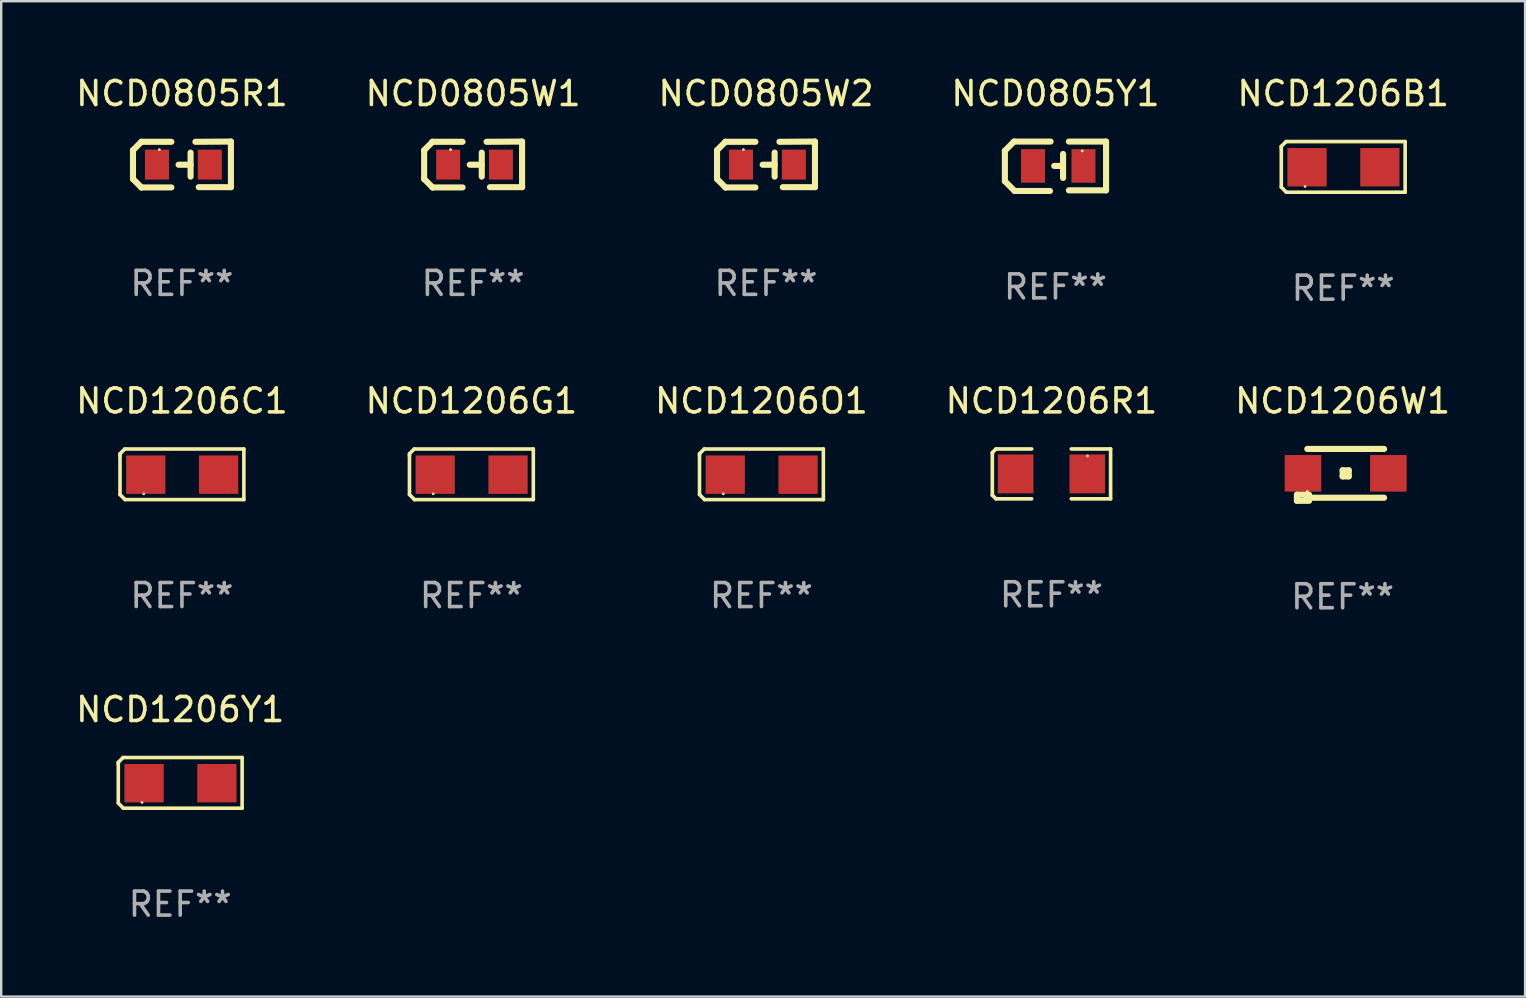
<source format=kicad_pcb>
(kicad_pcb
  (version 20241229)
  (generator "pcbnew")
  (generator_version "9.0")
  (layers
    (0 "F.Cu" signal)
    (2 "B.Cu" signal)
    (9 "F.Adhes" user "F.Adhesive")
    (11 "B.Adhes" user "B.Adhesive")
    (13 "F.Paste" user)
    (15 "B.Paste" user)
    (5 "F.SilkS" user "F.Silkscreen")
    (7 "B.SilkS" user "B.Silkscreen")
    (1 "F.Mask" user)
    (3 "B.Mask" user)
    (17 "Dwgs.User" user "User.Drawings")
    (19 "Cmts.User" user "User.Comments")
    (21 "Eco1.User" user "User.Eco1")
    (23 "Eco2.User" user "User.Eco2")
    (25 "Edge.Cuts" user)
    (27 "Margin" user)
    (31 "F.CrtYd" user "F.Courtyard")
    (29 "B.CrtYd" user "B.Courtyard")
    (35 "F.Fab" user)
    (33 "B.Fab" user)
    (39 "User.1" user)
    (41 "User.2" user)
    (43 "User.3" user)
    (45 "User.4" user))
  (footprint "NCD1206C1"
    (layer "F.Cu")
    (at 4.53 16.71)
    (property "Reference" "NCD1206C1" (at 0 -3.055 0) (layer "F.SilkS") (effects (font (size 1 1) (thickness 0.15))))
    (attr through_hole)
    (fp_line (start -2.58 -0.855) (end -2.38 -1.055) (stroke (width 0.15) (type solid)) (layer "F.SilkS"))
    (fp_line (start -2.58 -0.775) (end -2.58 -0.855) (stroke (width 0.15) (type solid)) (layer "F.SilkS"))
    (fp_line (start -2.58 -0.775) (end -2.58 0.845) (stroke (width 0.15) (type solid)) (layer "F.SilkS"))
    (fp_line (start -2.58 0.845) (end -2.37 1.055) (stroke (width 0.15) (type solid)) (layer "F.SilkS"))
    (fp_line (start -2.38 -1.055) (end 2.58 -1.055) (stroke (width 0.15) (type solid)) (layer "F.SilkS"))
    (fp_line (start 2.58 -1.055) (end 2.58 1.055) (stroke (width 0.15) (type solid)) (layer "F.SilkS"))
    (fp_line (start 2.58 1.055) (end -2.37 1.055) (stroke (width 0.15) (type solid)) (layer "F.SilkS"))
    (fp_circle (center -1.59 0.815) (end -1.56 0.815) (stroke (width 0.06) (type solid)) (fill no) (layer "F.SilkS"))
    (fp_text user "REF**" (at 0 5.055 0) (layer "F.Fab") (effects (font (size 1 1) (thickness 0.15))))
    (pad "1" smd rect (at -1.507 0.015) (size 1.635 1.6) (layers "F.Cu" "F.Mask" "F.Paste"))
    (pad "2" smd rect (at 1.527 0.015) (size 1.635 1.6) (layers "F.Cu" "F.Mask" "F.Paste")))
  (footprint "NCD0805W2"
    (layer "F.Cu")
    (at 28.863 3.803)
    (property "Reference" "NCD0805W2" (at 0 -2.955 0) (layer "F.SilkS") (effects (font (size 1 1) (thickness 0.15))))
    (attr through_hole)
    (fp_line (start -2.04 -0.595) (end -2.04 0.605) (stroke (width 0.254) (type solid)) (layer "F.SilkS"))
    (fp_line (start -1.69 -0.945) (end -1.69 -0.945) (stroke (width 0.254) (type solid)) (layer "F.SilkS"))
    (fp_line (start -1.69 -0.945) (end -2.04 -0.595) (stroke (width 0.254) (type solid)) (layer "F.SilkS"))
    (fp_line (start -1.69 0.955) (end -2.04 0.605) (stroke (width 0.254) (type solid)) (layer "F.SilkS"))
    (fp_line (start -1.69 0.955) (end -1.69 0.955) (stroke (width 0.254) (type solid)) (layer "F.SilkS"))
    (fp_line (start -0.44 -0.945) (end -1.69 -0.945) (stroke (width 0.254) (type solid)) (layer "F.SilkS"))
    (fp_line (start -0.44 0.955) (end -1.69 0.955) (stroke (width 0.254) (type solid)) (layer "F.SilkS"))
    (fp_line (start 0.36 -0.495) (end 0.36 0.505) (stroke (width 0.254) (type solid)) (layer "F.SilkS"))
    (fp_line (start 0.36 0.01) (end -0.14 0.01) (stroke (width 0.254) (type solid)) (layer "F.SilkS"))
    (fp_line (start 0.56 -0.945) (end 2.04 -0.955) (stroke (width 0.254) (type solid)) (layer "F.SilkS"))
    (fp_line (start 0.7 0.945) (end 2.04 0.945) (stroke (width 0.254) (type solid)) (layer "F.SilkS"))
    (fp_line (start 2.04 -0.955) (end 2.04 0.945) (stroke (width 0.254) (type solid)) (layer "F.SilkS"))
    (fp_circle (center -0.94 -0.62) (end -0.91 -0.62) (stroke (width 0.06) (type solid)) (fill no) (layer "F.SilkS"))
    (fp_text user "REF**" (at 0 4.955 0) (layer "F.Fab") (effects (font (size 1 1) (thickness 0.15))))
    (pad "1" smd rect (at -1.04 0.005 180) (size 1 1.25) (layers "F.Cu" "F.Mask" "F.Paste"))
    (pad "2" smd rect (at 1.16 0.005 180) (size 1 1.25) (layers "F.Cu" "F.Mask" "F.Paste")))
  (footprint "NCD1206W1"
    (layer "F.Cu")
    (at 52.887 16.734)
    (property "Reference" "NCD1206W1" (at 0 -3.08 0) (layer "F.SilkS") (effects (font (size 1 1) (thickness 0.15))))
    (attr through_hole)
    (fp_line (start -1.905 0.826) (end -1.397 0.826) (stroke (width 0.254) (type solid)) (layer "F.SilkS"))
    (fp_line (start -1.905 1.08) (end -1.905 0.826) (stroke (width 0.254) (type solid)) (layer "F.SilkS"))
    (fp_line (start -1.473 -1.08) (end 1.727 -1.08) (stroke (width 0.254) (type solid)) (layer "F.SilkS"))
    (fp_line (start -1.473 0.953) (end 1.727 0.953) (stroke (width 0.254) (type solid)) (layer "F.SilkS"))
    (fp_line (start -1.397 1.08) (end -1.905 1.08) (stroke (width 0.254) (type solid)) (layer "F.SilkS"))
    (fp_line (start 0 -0.191) (end 0.254 -0.191) (stroke (width 0.254) (type solid)) (layer "F.SilkS"))
    (fp_line (start 0 0.064) (end 0 -0.191) (stroke (width 0.254) (type solid)) (layer "F.SilkS"))
    (fp_line (start 0.254 -0.191) (end 0.254 0.064) (stroke (width 0.254) (type solid)) (layer "F.SilkS"))
    (fp_line (start 0.254 0.064) (end 0 0.064) (stroke (width 0.254) (type solid)) (layer "F.SilkS"))
    (fp_circle (center -1.473 0.687) (end -1.443 0.687) (stroke (width 0.06) (type solid)) (fill no) (layer "F.SilkS"))
    (fp_text user "REF**" (at 0 5.08 0) (layer "F.Fab") (effects (font (size 1 1) (thickness 0.15))))
    (pad "1" smd rect (at -1.651 -0.064) (size 1.524 1.524) (layers "F.Cu" "F.Mask" "F.Paste"))
    (pad "2" smd rect (at 1.905 -0.064) (size 1.524 1.524) (layers "F.Cu" "F.Mask" "F.Paste")))
  (footprint "NCD1206Y1"
    (layer "F.Cu")
    (at 4.458 29.565)
    (property "Reference" "NCD1206Y1" (at 0 -3.055 0) (layer "F.SilkS") (effects (font (size 1 1) (thickness 0.15))))
    (attr through_hole)
    (fp_line (start -2.58 -0.855) (end -2.38 -1.055) (stroke (width 0.15) (type solid)) (layer "F.SilkS"))
    (fp_line (start -2.58 -0.775) (end -2.58 -0.855) (stroke (width 0.15) (type solid)) (layer "F.SilkS"))
    (fp_line (start -2.58 -0.775) (end -2.58 0.845) (stroke (width 0.15) (type solid)) (layer "F.SilkS"))
    (fp_line (start -2.58 0.845) (end -2.37 1.055) (stroke (width 0.15) (type solid)) (layer "F.SilkS"))
    (fp_line (start -2.38 -1.055) (end 2.58 -1.055) (stroke (width 0.15) (type solid)) (layer "F.SilkS"))
    (fp_line (start 2.58 -1.055) (end 2.58 1.055) (stroke (width 0.15) (type solid)) (layer "F.SilkS"))
    (fp_line (start 2.58 1.055) (end -2.37 1.055) (stroke (width 0.15) (type solid)) (layer "F.SilkS"))
    (fp_circle (center -1.59 0.815) (end -1.56 0.815) (stroke (width 0.06) (type solid)) (fill no) (layer "F.SilkS"))
    (fp_text user "REF**" (at 0 5.055 0) (layer "F.Fab") (effects (font (size 1 1) (thickness 0.15))))
    (pad "1" smd rect (at -1.507 0.015) (size 1.635 1.6) (layers "F.Cu" "F.Mask" "F.Paste"))
    (pad "2" smd rect (at 1.527 0.015) (size 1.635 1.6) (layers "F.Cu" "F.Mask" "F.Paste")))
  (footprint "NCD0805W1"
    (layer "F.Cu")
    (at 16.661 3.803)
    (property "Reference" "NCD0805W1" (at 0 -2.955 0) (layer "F.SilkS") (effects (font (size 1 1) (thickness 0.15))))
    (attr through_hole)
    (fp_line (start -2.04 -0.595) (end -2.04 0.605) (stroke (width 0.254) (type solid)) (layer "F.SilkS"))
    (fp_line (start -1.69 -0.945) (end -1.69 -0.945) (stroke (width 0.254) (type solid)) (layer "F.SilkS"))
    (fp_line (start -1.69 -0.945) (end -2.04 -0.595) (stroke (width 0.254) (type solid)) (layer "F.SilkS"))
    (fp_line (start -1.69 0.955) (end -2.04 0.605) (stroke (width 0.254) (type solid)) (layer "F.SilkS"))
    (fp_line (start -1.69 0.955) (end -1.69 0.955) (stroke (width 0.254) (type solid)) (layer "F.SilkS"))
    (fp_line (start -0.44 -0.945) (end -1.69 -0.945) (stroke (width 0.254) (type solid)) (layer "F.SilkS"))
    (fp_line (start -0.44 0.955) (end -1.69 0.955) (stroke (width 0.254) (type solid)) (layer "F.SilkS"))
    (fp_line (start 0.36 -0.495) (end 0.36 0.505) (stroke (width 0.254) (type solid)) (layer "F.SilkS"))
    (fp_line (start 0.36 0.01) (end -0.14 0.01) (stroke (width 0.254) (type solid)) (layer "F.SilkS"))
    (fp_line (start 0.56 -0.945) (end 2.04 -0.955) (stroke (width 0.254) (type solid)) (layer "F.SilkS"))
    (fp_line (start 0.7 0.945) (end 2.04 0.945) (stroke (width 0.254) (type solid)) (layer "F.SilkS"))
    (fp_line (start 2.04 -0.955) (end 2.04 0.945) (stroke (width 0.254) (type solid)) (layer "F.SilkS"))
    (fp_circle (center -0.94 -0.62) (end -0.91 -0.62) (stroke (width 0.06) (type solid)) (fill no) (layer "F.SilkS"))
    (fp_text user "REF**" (at 0 4.955 0) (layer "F.Fab") (effects (font (size 1 1) (thickness 0.15))))
    (pad "1" smd rect (at -1.04 0.005 180) (size 1 1.25) (layers "F.Cu" "F.Mask" "F.Paste"))
    (pad "2" smd rect (at 1.16 0.005 180) (size 1 1.25) (layers "F.Cu" "F.Mask" "F.Paste")))
  (footprint "NCD0805Y1"
    (layer "F.Cu")
    (at 40.923 3.877)
    (property "Reference" "NCD0805Y1" (at 0 -3.029 0) (layer "F.SilkS") (effects (font (size 1 1) (thickness 0.15))))
    (attr through_hole)
    (fp_line (start -2.108 -0.648) (end -1.727 -1.029) (stroke (width 0.254) (type solid)) (layer "F.SilkS"))
    (fp_line (start -2.108 0.622) (end -2.108 -0.648) (stroke (width 0.254) (type solid)) (layer "F.SilkS"))
    (fp_line (start -1.727 -1.029) (end -0.203 -1.029) (stroke (width 0.254) (type solid)) (layer "F.SilkS"))
    (fp_line (start -1.702 1.029) (end -2.108 0.622) (stroke (width 0.254) (type solid)) (layer "F.SilkS"))
    (fp_line (start -0.229 1.029) (end -1.702 1.029) (stroke (width 0.254) (type solid)) (layer "F.SilkS"))
    (fp_line (start 0.216 -0.014) (end -0.053 -0.014) (stroke (width 0.254) (type solid)) (layer "F.SilkS"))
    (fp_line (start 0.316 -0.514) (end 0.316 0.486) (stroke (width 0.254) (type solid)) (layer "F.SilkS"))
    (fp_line (start 0.559 1.003) (end 2.108 1.003) (stroke (width 0.254) (type solid)) (layer "F.SilkS"))
    (fp_line (start 2.108 -1.029) (end 0.559 -1.029) (stroke (width 0.254) (type solid)) (layer "F.SilkS"))
    (fp_line (start 2.108 1.003) (end 2.108 -1.029) (stroke (width 0.254) (type solid)) (layer "F.SilkS"))
    (fp_circle (center 1.116 -0.639) (end 1.146 -0.639) (stroke (width 0.06) (type solid)) (fill no) (layer "F.SilkS"))
    (fp_text user "REF**" (at 0 5.029 0) (layer "F.Fab") (effects (font (size 1 1) (thickness 0.15))))
    (pad "1" smd rect (at 1.166 -0.014 180) (size 1 1.4) (layers "F.Cu" "F.Mask" "F.Paste"))
    (pad "2" smd rect (at -0.935 -0.014 180) (size 1 1.4) (layers "F.Cu" "F.Mask" "F.Paste")))
  (footprint "NCD1206O1"
    (layer "F.Cu")
    (at 28.673 16.71)
    (property "Reference" "NCD1206O1" (at 0 -3.055 0) (layer "F.SilkS") (effects (font (size 1 1) (thickness 0.15))))
    (attr through_hole)
    (fp_line (start -2.58 -0.855) (end -2.38 -1.055) (stroke (width 0.15) (type solid)) (layer "F.SilkS"))
    (fp_line (start -2.58 -0.775) (end -2.58 -0.855) (stroke (width 0.15) (type solid)) (layer "F.SilkS"))
    (fp_line (start -2.58 -0.775) (end -2.58 0.845) (stroke (width 0.15) (type solid)) (layer "F.SilkS"))
    (fp_line (start -2.58 0.845) (end -2.37 1.055) (stroke (width 0.15) (type solid)) (layer "F.SilkS"))
    (fp_line (start -2.38 -1.055) (end 2.58 -1.055) (stroke (width 0.15) (type solid)) (layer "F.SilkS"))
    (fp_line (start 2.58 -1.055) (end 2.58 1.055) (stroke (width 0.15) (type solid)) (layer "F.SilkS"))
    (fp_line (start 2.58 1.055) (end -2.37 1.055) (stroke (width 0.15) (type solid)) (layer "F.SilkS"))
    (fp_circle (center -1.59 0.815) (end -1.56 0.815) (stroke (width 0.06) (type solid)) (fill no) (layer "F.SilkS"))
    (fp_text user "REF**" (at 0 5.055 0) (layer "F.Fab") (effects (font (size 1 1) (thickness 0.15))))
    (pad "1" smd rect (at -1.507 0.015) (size 1.635 1.6) (layers "F.Cu" "F.Mask" "F.Paste"))
    (pad "2" smd rect (at 1.527 0.015) (size 1.635 1.6) (layers "F.Cu" "F.Mask" "F.Paste")))
  (footprint "NCD1206G1"
    (layer "F.Cu")
    (at 16.589 16.71)
    (property "Reference" "NCD1206G1" (at 0 -3.055 0) (layer "F.SilkS") (effects (font (size 1 1) (thickness 0.15))))
    (attr through_hole)
    (fp_line (start -2.58 -0.855) (end -2.38 -1.055) (stroke (width 0.15) (type solid)) (layer "F.SilkS"))
    (fp_line (start -2.58 -0.775) (end -2.58 -0.855) (stroke (width 0.15) (type solid)) (layer "F.SilkS"))
    (fp_line (start -2.58 -0.775) (end -2.58 0.845) (stroke (width 0.15) (type solid)) (layer "F.SilkS"))
    (fp_line (start -2.58 0.845) (end -2.37 1.055) (stroke (width 0.15) (type solid)) (layer "F.SilkS"))
    (fp_line (start -2.38 -1.055) (end 2.58 -1.055) (stroke (width 0.15) (type solid)) (layer "F.SilkS"))
    (fp_line (start 2.58 -1.055) (end 2.58 1.055) (stroke (width 0.15) (type solid)) (layer "F.SilkS"))
    (fp_line (start 2.58 1.055) (end -2.37 1.055) (stroke (width 0.15) (type solid)) (layer "F.SilkS"))
    (fp_circle (center -1.59 0.815) (end -1.56 0.815) (stroke (width 0.06) (type solid)) (fill no) (layer "F.SilkS"))
    (fp_text user "REF**" (at 0 5.055 0) (layer "F.Fab") (effects (font (size 1 1) (thickness 0.15))))
    (pad "1" smd rect (at -1.507 0.015) (size 1.635 1.6) (layers "F.Cu" "F.Mask" "F.Paste"))
    (pad "2" smd rect (at 1.527 0.015) (size 1.635 1.6) (layers "F.Cu" "F.Mask" "F.Paste")))
  (footprint "NCD1206R1"
    (layer "F.Cu")
    (at 40.756 16.693)
    (property "Reference" "NCD1206R1" (at 0 -3.039 0) (layer "F.SilkS") (effects (font (size 1 1) (thickness 0.15))))
    (attr through_hole)
    (fp_line (start -2.464 -0.886) (end -2.311 -1.039) (stroke (width 0.152) (type solid)) (layer "F.SilkS"))
    (fp_line (start -2.464 0.886) (end -2.464 -0.886) (stroke (width 0.152) (type solid)) (layer "F.SilkS"))
    (fp_line (start -2.311 -1.039) (end -0.826 -1.039) (stroke (width 0.152) (type solid)) (layer "F.SilkS"))
    (fp_line (start -2.311 1.039) (end -2.464 0.886) (stroke (width 0.152) (type solid)) (layer "F.SilkS"))
    (fp_line (start -0.826 1.039) (end -2.311 1.039) (stroke (width 0.152) (type solid)) (layer "F.SilkS"))
    (fp_line (start 0.826 1.039) (end 2.464 1.039) (stroke (width 0.152) (type solid)) (layer "F.SilkS"))
    (fp_line (start 2.464 -1.039) (end 0.826 -1.039) (stroke (width 0.152) (type solid)) (layer "F.SilkS"))
    (fp_line (start 2.464 1.039) (end 2.464 -1.039) (stroke (width 0.152) (type solid)) (layer "F.SilkS"))
    (fp_circle (center 1.5 -0.75) (end 1.53 -0.75) (stroke (width 0.06) (type solid)) (fill no) (layer "F.SilkS"))
    (fp_text user "REF**" (at 0 5.039 0) (layer "F.Fab") (effects (font (size 1 1) (thickness 0.15))))
    (pad "1" smd rect (at 1.493 0) (size 1.485 1.62) (layers "F.Cu" "F.Mask" "F.Paste"))
    (pad "2" smd rect (at -1.493 0) (size 1.485 1.62) (layers "F.Cu" "F.Mask" "F.Paste")))
  (footprint "NCD0805R1"
    (layer "F.Cu")
    (at 4.53 3.803)
    (property "Reference" "NCD0805R1" (at 0 -2.955 0) (layer "F.SilkS") (effects (font (size 1 1) (thickness 0.15))))
    (attr through_hole)
    (fp_line (start -2.04 -0.595) (end -2.04 0.605) (stroke (width 0.254) (type solid)) (layer "F.SilkS"))
    (fp_line (start -1.69 -0.945) (end -1.69 -0.945) (stroke (width 0.254) (type solid)) (layer "F.SilkS"))
    (fp_line (start -1.69 -0.945) (end -2.04 -0.595) (stroke (width 0.254) (type solid)) (layer "F.SilkS"))
    (fp_line (start -1.69 0.955) (end -2.04 0.605) (stroke (width 0.254) (type solid)) (layer "F.SilkS"))
    (fp_line (start -1.69 0.955) (end -1.69 0.955) (stroke (width 0.254) (type solid)) (layer "F.SilkS"))
    (fp_line (start -0.44 -0.945) (end -1.69 -0.945) (stroke (width 0.254) (type solid)) (layer "F.SilkS"))
    (fp_line (start -0.44 0.955) (end -1.69 0.955) (stroke (width 0.254) (type solid)) (layer "F.SilkS"))
    (fp_line (start 0.36 -0.495) (end 0.36 0.505) (stroke (width 0.254) (type solid)) (layer "F.SilkS"))
    (fp_line (start 0.36 0.01) (end -0.14 0.01) (stroke (width 0.254) (type solid)) (layer "F.SilkS"))
    (fp_line (start 0.56 -0.945) (end 2.04 -0.955) (stroke (width 0.254) (type solid)) (layer "F.SilkS"))
    (fp_line (start 0.7 0.945) (end 2.04 0.945) (stroke (width 0.254) (type solid)) (layer "F.SilkS"))
    (fp_line (start 2.04 -0.955) (end 2.04 0.945) (stroke (width 0.254) (type solid)) (layer "F.SilkS"))
    (fp_circle (center -0.94 -0.62) (end -0.91 -0.62) (stroke (width 0.06) (type solid)) (fill no) (layer "F.SilkS"))
    (fp_text user "REF**" (at 0 4.955 0) (layer "F.Fab") (effects (font (size 1 1) (thickness 0.15))))
    (pad "1" smd rect (at -1.04 0.005 180) (size 1 1.25) (layers "F.Cu" "F.Mask" "F.Paste"))
    (pad "2" smd rect (at 1.16 0.005 180) (size 1 1.25) (layers "F.Cu" "F.Mask" "F.Paste")))
  (footprint "NCD1206B1"
    (layer "F.Cu")
    (at 52.911 3.903)
    (property "Reference" "NCD1206B1" (at 0 -3.055 0) (layer "F.SilkS") (effects (font (size 1 1) (thickness 0.15))))
    (attr through_hole)
    (fp_line (start -2.58 -0.855) (end -2.38 -1.055) (stroke (width 0.15) (type solid)) (layer "F.SilkS"))
    (fp_line (start -2.58 -0.775) (end -2.58 -0.855) (stroke (width 0.15) (type solid)) (layer "F.SilkS"))
    (fp_line (start -2.58 -0.775) (end -2.58 0.845) (stroke (width 0.15) (type solid)) (layer "F.SilkS"))
    (fp_line (start -2.58 0.845) (end -2.37 1.055) (stroke (width 0.15) (type solid)) (layer "F.SilkS"))
    (fp_line (start -2.38 -1.055) (end 2.58 -1.055) (stroke (width 0.15) (type solid)) (layer "F.SilkS"))
    (fp_line (start 2.58 -1.055) (end 2.58 1.055) (stroke (width 0.15) (type solid)) (layer "F.SilkS"))
    (fp_line (start 2.58 1.055) (end -2.37 1.055) (stroke (width 0.15) (type solid)) (layer "F.SilkS"))
    (fp_circle (center -1.59 0.815) (end -1.56 0.815) (stroke (width 0.06) (type solid)) (fill no) (layer "F.SilkS"))
    (fp_text user "REF**" (at 0 5.055 0) (layer "F.Fab") (effects (font (size 1 1) (thickness 0.15))))
    (pad "1" smd rect (at -1.507 0.015) (size 1.635 1.6) (layers "F.Cu" "F.Mask" "F.Paste"))
    (pad "2" smd rect (at 1.527 0.015) (size 1.635 1.6) (layers "F.Cu" "F.Mask" "F.Paste")))
  (gr_rect
    (start -3 -3)
    (end 60.488 38.469)
    (stroke (width 0.1) (type default))
    (fill no)
    (layer "Edge.Cuts")))
</source>
